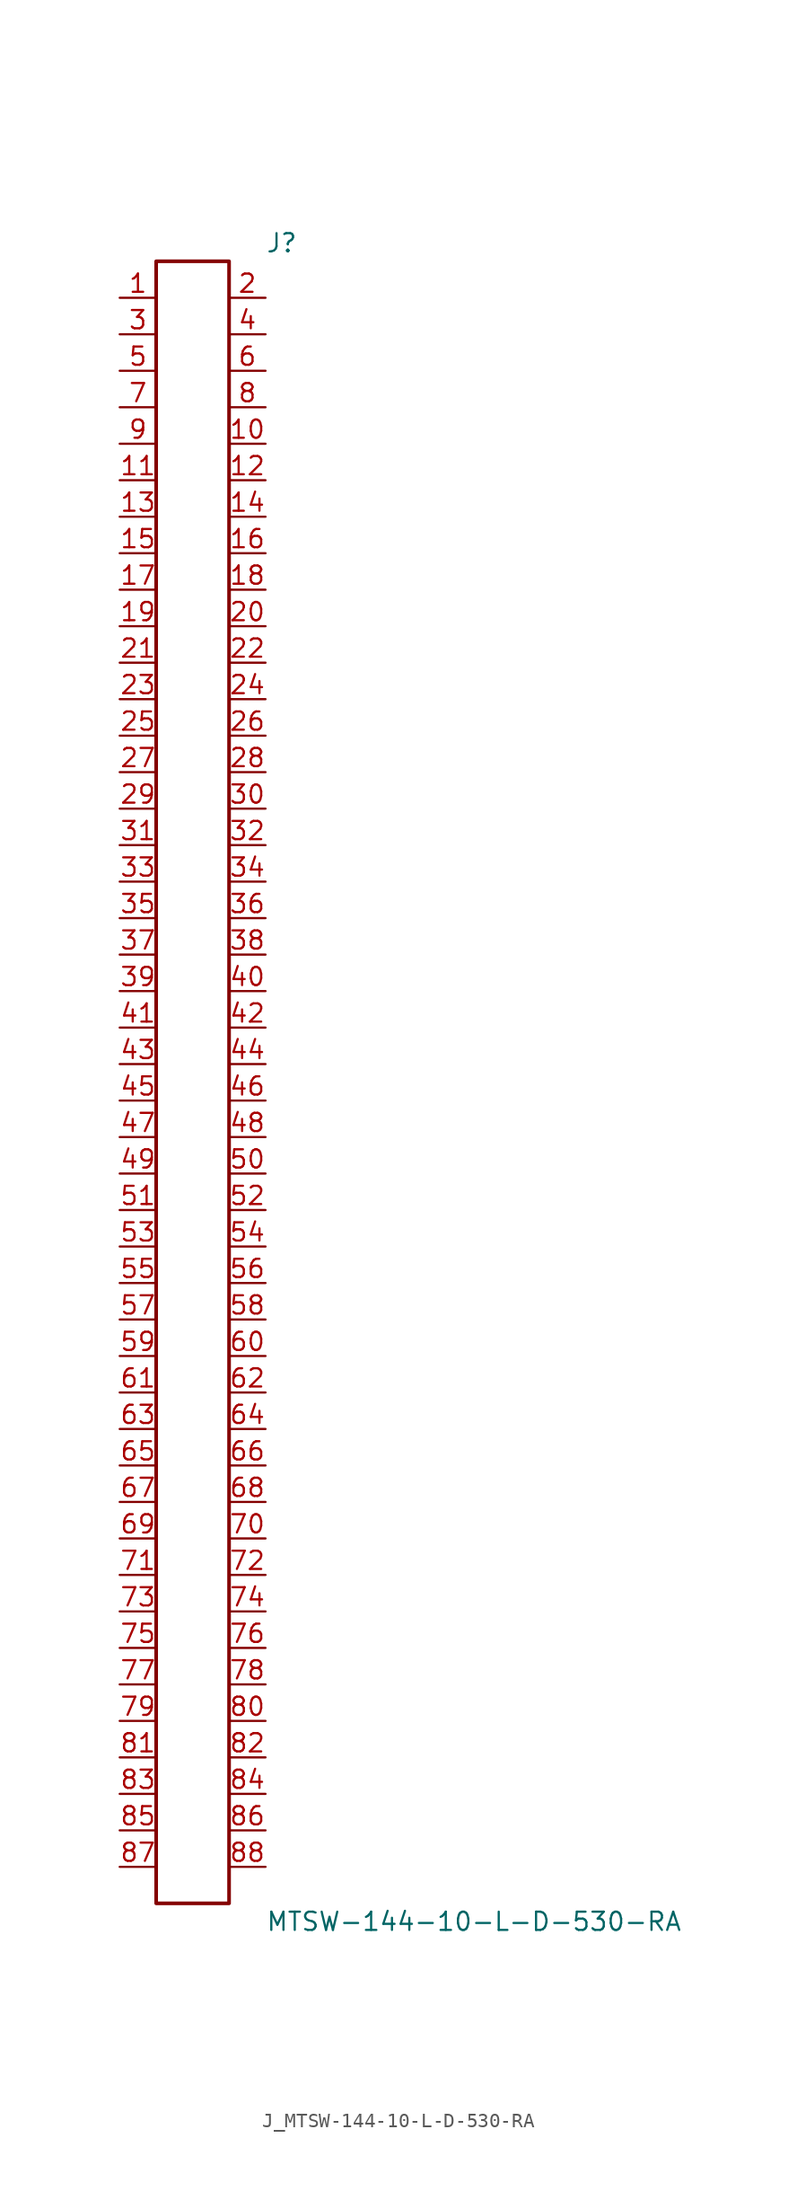
<source format=kicad_sym>
(kicad_symbol_lib
  (version 20231120)
  (generator kicad_symbol_editor)
  (generator_version 8.0)
  (symbol "J_MTSW-144-10-L-D-530-RA"
    (pin_names
      (offset 0.254))
    (property "Reference" "J"
      (at 5.08 58.42 0)
      (effects (font (size 1.27 1.27)) (justify left)))
    (property "Value" "MTSW-144-10-L-D-530-RA"
      (at 5.08 -58.42 0)
      (effects (font (size 1.27 1.27)) (justify left)))
    (symbol "J_MTSW-144-10-L-D-530-RA_0_0"
      (pin passive line (at -5.08 54.61 0) (length 2.54) (name "" (effects (font (size 1.27 1.27)))) (number "1" (effects (font (size 1.27 1.27)))))
      (pin passive line (at 5.08 54.61 180) (length 2.54) (name "" (effects (font (size 1.27 1.27)))) (number "2" (effects (font (size 1.27 1.27)))))
      (pin passive line (at -5.08 52.07 0) (length 2.54) (name "" (effects (font (size 1.27 1.27)))) (number "3" (effects (font (size 1.27 1.27)))))
      (pin passive line (at 5.08 52.07 180) (length 2.54) (name "" (effects (font (size 1.27 1.27)))) (number "4" (effects (font (size 1.27 1.27)))))
      (pin passive line (at -5.08 49.53 0) (length 2.54) (name "" (effects (font (size 1.27 1.27)))) (number "5" (effects (font (size 1.27 1.27)))))
      (pin passive line (at 5.08 49.53 180) (length 2.54) (name "" (effects (font (size 1.27 1.27)))) (number "6" (effects (font (size 1.27 1.27)))))
      (pin passive line (at -5.08 46.99 0) (length 2.54) (name "" (effects (font (size 1.27 1.27)))) (number "7" (effects (font (size 1.27 1.27)))))
      (pin passive line (at 5.08 46.99 180) (length 2.54) (name "" (effects (font (size 1.27 1.27)))) (number "8" (effects (font (size 1.27 1.27)))))
      (pin passive line (at -5.08 44.45 0) (length 2.54) (name "" (effects (font (size 1.27 1.27)))) (number "9" (effects (font (size 1.27 1.27)))))
      (pin passive line (at 5.08 44.45 180) (length 2.54) (name "" (effects (font (size 1.27 1.27)))) (number "10" (effects (font (size 1.27 1.27)))))
      (pin passive line (at -5.08 41.91 0) (length 2.54) (name "" (effects (font (size 1.27 1.27)))) (number "11" (effects (font (size 1.27 1.27)))))
      (pin passive line (at 5.08 41.91 180) (length 2.54) (name "" (effects (font (size 1.27 1.27)))) (number "12" (effects (font (size 1.27 1.27)))))
      (pin passive line (at -5.08 39.37 0) (length 2.54) (name "" (effects (font (size 1.27 1.27)))) (number "13" (effects (font (size 1.27 1.27)))))
      (pin passive line (at 5.08 39.37 180) (length 2.54) (name "" (effects (font (size 1.27 1.27)))) (number "14" (effects (font (size 1.27 1.27)))))
      (pin passive line (at -5.08 36.83 0) (length 2.54) (name "" (effects (font (size 1.27 1.27)))) (number "15" (effects (font (size 1.27 1.27)))))
      (pin passive line (at 5.08 36.83 180) (length 2.54) (name "" (effects (font (size 1.27 1.27)))) (number "16" (effects (font (size 1.27 1.27)))))
      (pin passive line (at -5.08 34.29 0) (length 2.54) (name "" (effects (font (size 1.27 1.27)))) (number "17" (effects (font (size 1.27 1.27)))))
      (pin passive line (at 5.08 34.29 180) (length 2.54) (name "" (effects (font (size 1.27 1.27)))) (number "18" (effects (font (size 1.27 1.27)))))
      (pin passive line (at -5.08 31.75 0) (length 2.54) (name "" (effects (font (size 1.27 1.27)))) (number "19" (effects (font (size 1.27 1.27)))))
      (pin passive line (at 5.08 31.75 180) (length 2.54) (name "" (effects (font (size 1.27 1.27)))) (number "20" (effects (font (size 1.27 1.27)))))
      (pin passive line (at -5.08 29.21 0) (length 2.54) (name "" (effects (font (size 1.27 1.27)))) (number "21" (effects (font (size 1.27 1.27)))))
      (pin passive line (at 5.08 29.21 180) (length 2.54) (name "" (effects (font (size 1.27 1.27)))) (number "22" (effects (font (size 1.27 1.27)))))
      (pin passive line (at -5.08 26.67 0) (length 2.54) (name "" (effects (font (size 1.27 1.27)))) (number "23" (effects (font (size 1.27 1.27)))))
      (pin passive line (at 5.08 26.67 180) (length 2.54) (name "" (effects (font (size 1.27 1.27)))) (number "24" (effects (font (size 1.27 1.27)))))
      (pin passive line (at -5.08 24.13 0) (length 2.54) (name "" (effects (font (size 1.27 1.27)))) (number "25" (effects (font (size 1.27 1.27)))))
      (pin passive line (at 5.08 24.13 180) (length 2.54) (name "" (effects (font (size 1.27 1.27)))) (number "26" (effects (font (size 1.27 1.27)))))
      (pin passive line (at -5.08 21.59 0) (length 2.54) (name "" (effects (font (size 1.27 1.27)))) (number "27" (effects (font (size 1.27 1.27)))))
      (pin passive line (at 5.08 21.59 180) (length 2.54) (name "" (effects (font (size 1.27 1.27)))) (number "28" (effects (font (size 1.27 1.27)))))
      (pin passive line (at -5.08 19.05 0) (length 2.54) (name "" (effects (font (size 1.27 1.27)))) (number "29" (effects (font (size 1.27 1.27)))))
      (pin passive line (at 5.08 19.05 180) (length 2.54) (name "" (effects (font (size 1.27 1.27)))) (number "30" (effects (font (size 1.27 1.27)))))
      (pin passive line (at -5.08 16.51 0) (length 2.54) (name "" (effects (font (size 1.27 1.27)))) (number "31" (effects (font (size 1.27 1.27)))))
      (pin passive line (at 5.08 16.51 180) (length 2.54) (name "" (effects (font (size 1.27 1.27)))) (number "32" (effects (font (size 1.27 1.27)))))
      (pin passive line (at -5.08 13.97 0) (length 2.54) (name "" (effects (font (size 1.27 1.27)))) (number "33" (effects (font (size 1.27 1.27)))))
      (pin passive line (at 5.08 13.97 180) (length 2.54) (name "" (effects (font (size 1.27 1.27)))) (number "34" (effects (font (size 1.27 1.27)))))
      (pin passive line (at -5.08 11.43 0) (length 2.54) (name "" (effects (font (size 1.27 1.27)))) (number "35" (effects (font (size 1.27 1.27)))))
      (pin passive line (at 5.08 11.43 180) (length 2.54) (name "" (effects (font (size 1.27 1.27)))) (number "36" (effects (font (size 1.27 1.27)))))
      (pin passive line (at -5.08 8.89 0) (length 2.54) (name "" (effects (font (size 1.27 1.27)))) (number "37" (effects (font (size 1.27 1.27)))))
      (pin passive line (at 5.08 8.89 180) (length 2.54) (name "" (effects (font (size 1.27 1.27)))) (number "38" (effects (font (size 1.27 1.27)))))
      (pin passive line (at -5.08 6.35 0) (length 2.54) (name "" (effects (font (size 1.27 1.27)))) (number "39" (effects (font (size 1.27 1.27)))))
      (pin passive line (at 5.08 6.35 180) (length 2.54) (name "" (effects (font (size 1.27 1.27)))) (number "40" (effects (font (size 1.27 1.27)))))
      (pin passive line (at -5.08 3.81 0) (length 2.54) (name "" (effects (font (size 1.27 1.27)))) (number "41" (effects (font (size 1.27 1.27)))))
      (pin passive line (at 5.08 3.81 180) (length 2.54) (name "" (effects (font (size 1.27 1.27)))) (number "42" (effects (font (size 1.27 1.27)))))
      (pin passive line (at -5.08 1.27 0) (length 2.54) (name "" (effects (font (size 1.27 1.27)))) (number "43" (effects (font (size 1.27 1.27)))))
      (pin passive line (at 5.08 1.27 180) (length 2.54) (name "" (effects (font (size 1.27 1.27)))) (number "44" (effects (font (size 1.27 1.27)))))
      (pin passive line (at -5.08 -1.27 0) (length 2.54) (name "" (effects (font (size 1.27 1.27)))) (number "45" (effects (font (size 1.27 1.27)))))
      (pin passive line (at 5.08 -1.27 180) (length 2.54) (name "" (effects (font (size 1.27 1.27)))) (number "46" (effects (font (size 1.27 1.27)))))
      (pin passive line (at -5.08 -3.81 0) (length 2.54) (name "" (effects (font (size 1.27 1.27)))) (number "47" (effects (font (size 1.27 1.27)))))
      (pin passive line (at 5.08 -3.81 180) (length 2.54) (name "" (effects (font (size 1.27 1.27)))) (number "48" (effects (font (size 1.27 1.27)))))
      (pin passive line (at -5.08 -6.35 0) (length 2.54) (name "" (effects (font (size 1.27 1.27)))) (number "49" (effects (font (size 1.27 1.27)))))
      (pin passive line (at 5.08 -6.35 180) (length 2.54) (name "" (effects (font (size 1.27 1.27)))) (number "50" (effects (font (size 1.27 1.27)))))
      (pin passive line (at -5.08 -8.89 0) (length 2.54) (name "" (effects (font (size 1.27 1.27)))) (number "51" (effects (font (size 1.27 1.27)))))
      (pin passive line (at 5.08 -8.89 180) (length 2.54) (name "" (effects (font (size 1.27 1.27)))) (number "52" (effects (font (size 1.27 1.27)))))
      (pin passive line (at -5.08 -11.43 0) (length 2.54) (name "" (effects (font (size 1.27 1.27)))) (number "53" (effects (font (size 1.27 1.27)))))
      (pin passive line (at 5.08 -11.43 180) (length 2.54) (name "" (effects (font (size 1.27 1.27)))) (number "54" (effects (font (size 1.27 1.27)))))
      (pin passive line (at -5.08 -13.97 0) (length 2.54) (name "" (effects (font (size 1.27 1.27)))) (number "55" (effects (font (size 1.27 1.27)))))
      (pin passive line (at 5.08 -13.97 180) (length 2.54) (name "" (effects (font (size 1.27 1.27)))) (number "56" (effects (font (size 1.27 1.27)))))
      (pin passive line (at -5.08 -16.51 0) (length 2.54) (name "" (effects (font (size 1.27 1.27)))) (number "57" (effects (font (size 1.27 1.27)))))
      (pin passive line (at 5.08 -16.51 180) (length 2.54) (name "" (effects (font (size 1.27 1.27)))) (number "58" (effects (font (size 1.27 1.27)))))
      (pin passive line (at -5.08 -19.05 0) (length 2.54) (name "" (effects (font (size 1.27 1.27)))) (number "59" (effects (font (size 1.27 1.27)))))
      (pin passive line (at 5.08 -19.05 180) (length 2.54) (name "" (effects (font (size 1.27 1.27)))) (number "60" (effects (font (size 1.27 1.27)))))
      (pin passive line (at -5.08 -21.59 0) (length 2.54) (name "" (effects (font (size 1.27 1.27)))) (number "61" (effects (font (size 1.27 1.27)))))
      (pin passive line (at 5.08 -21.59 180) (length 2.54) (name "" (effects (font (size 1.27 1.27)))) (number "62" (effects (font (size 1.27 1.27)))))
      (pin passive line (at -5.08 -24.13 0) (length 2.54) (name "" (effects (font (size 1.27 1.27)))) (number "63" (effects (font (size 1.27 1.27)))))
      (pin passive line (at 5.08 -24.13 180) (length 2.54) (name "" (effects (font (size 1.27 1.27)))) (number "64" (effects (font (size 1.27 1.27)))))
      (pin passive line (at -5.08 -26.67 0) (length 2.54) (name "" (effects (font (size 1.27 1.27)))) (number "65" (effects (font (size 1.27 1.27)))))
      (pin passive line (at 5.08 -26.67 180) (length 2.54) (name "" (effects (font (size 1.27 1.27)))) (number "66" (effects (font (size 1.27 1.27)))))
      (pin passive line (at -5.08 -29.21 0) (length 2.54) (name "" (effects (font (size 1.27 1.27)))) (number "67" (effects (font (size 1.27 1.27)))))
      (pin passive line (at 5.08 -29.21 180) (length 2.54) (name "" (effects (font (size 1.27 1.27)))) (number "68" (effects (font (size 1.27 1.27)))))
      (pin passive line (at -5.08 -31.75 0) (length 2.54) (name "" (effects (font (size 1.27 1.27)))) (number "69" (effects (font (size 1.27 1.27)))))
      (pin passive line (at 5.08 -31.75 180) (length 2.54) (name "" (effects (font (size 1.27 1.27)))) (number "70" (effects (font (size 1.27 1.27)))))
      (pin passive line (at -5.08 -34.29 0) (length 2.54) (name "" (effects (font (size 1.27 1.27)))) (number "71" (effects (font (size 1.27 1.27)))))
      (pin passive line (at 5.08 -34.29 180) (length 2.54) (name "" (effects (font (size 1.27 1.27)))) (number "72" (effects (font (size 1.27 1.27)))))
      (pin passive line (at -5.08 -36.83 0) (length 2.54) (name "" (effects (font (size 1.27 1.27)))) (number "73" (effects (font (size 1.27 1.27)))))
      (pin passive line (at 5.08 -36.83 180) (length 2.54) (name "" (effects (font (size 1.27 1.27)))) (number "74" (effects (font (size 1.27 1.27)))))
      (pin passive line (at -5.08 -39.37 0) (length 2.54) (name "" (effects (font (size 1.27 1.27)))) (number "75" (effects (font (size 1.27 1.27)))))
      (pin passive line (at 5.08 -39.37 180) (length 2.54) (name "" (effects (font (size 1.27 1.27)))) (number "76" (effects (font (size 1.27 1.27)))))
      (pin passive line (at -5.08 -41.91 0) (length 2.54) (name "" (effects (font (size 1.27 1.27)))) (number "77" (effects (font (size 1.27 1.27)))))
      (pin passive line (at 5.08 -41.91 180) (length 2.54) (name "" (effects (font (size 1.27 1.27)))) (number "78" (effects (font (size 1.27 1.27)))))
      (pin passive line (at -5.08 -44.45 0) (length 2.54) (name "" (effects (font (size 1.27 1.27)))) (number "79" (effects (font (size 1.27 1.27)))))
      (pin passive line (at 5.08 -44.45 180) (length 2.54) (name "" (effects (font (size 1.27 1.27)))) (number "80" (effects (font (size 1.27 1.27)))))
      (pin passive line (at -5.08 -46.99 0) (length 2.54) (name "" (effects (font (size 1.27 1.27)))) (number "81" (effects (font (size 1.27 1.27)))))
      (pin passive line (at 5.08 -46.99 180) (length 2.54) (name "" (effects (font (size 1.27 1.27)))) (number "82" (effects (font (size 1.27 1.27)))))
      (pin passive line (at -5.08 -49.53 0) (length 2.54) (name "" (effects (font (size 1.27 1.27)))) (number "83" (effects (font (size 1.27 1.27)))))
      (pin passive line (at 5.08 -49.53 180) (length 2.54) (name "" (effects (font (size 1.27 1.27)))) (number "84" (effects (font (size 1.27 1.27)))))
      (pin passive line (at -5.08 -52.07 0) (length 2.54) (name "" (effects (font (size 1.27 1.27)))) (number "85" (effects (font (size 1.27 1.27)))))
      (pin passive line (at 5.08 -52.07 180) (length 2.54) (name "" (effects (font (size 1.27 1.27)))) (number "86" (effects (font (size 1.27 1.27)))))
      (pin passive line (at -5.08 -54.61 0) (length 2.54) (name "" (effects (font (size 1.27 1.27)))) (number "87" (effects (font (size 1.27 1.27)))))
      (pin passive line (at 5.08 -54.61 180) (length 2.54) (name "" (effects (font (size 1.27 1.27)))) (number "88" (effects (font (size 1.27 1.27))))))
    (symbol "J_MTSW-144-10-L-D-530-RA_1_0"
      (rectangle (start -2.54 57.15) (end 2.54 -57.15) (stroke (width 0.254) (type solid)) (fill (type none))))))
</source>
